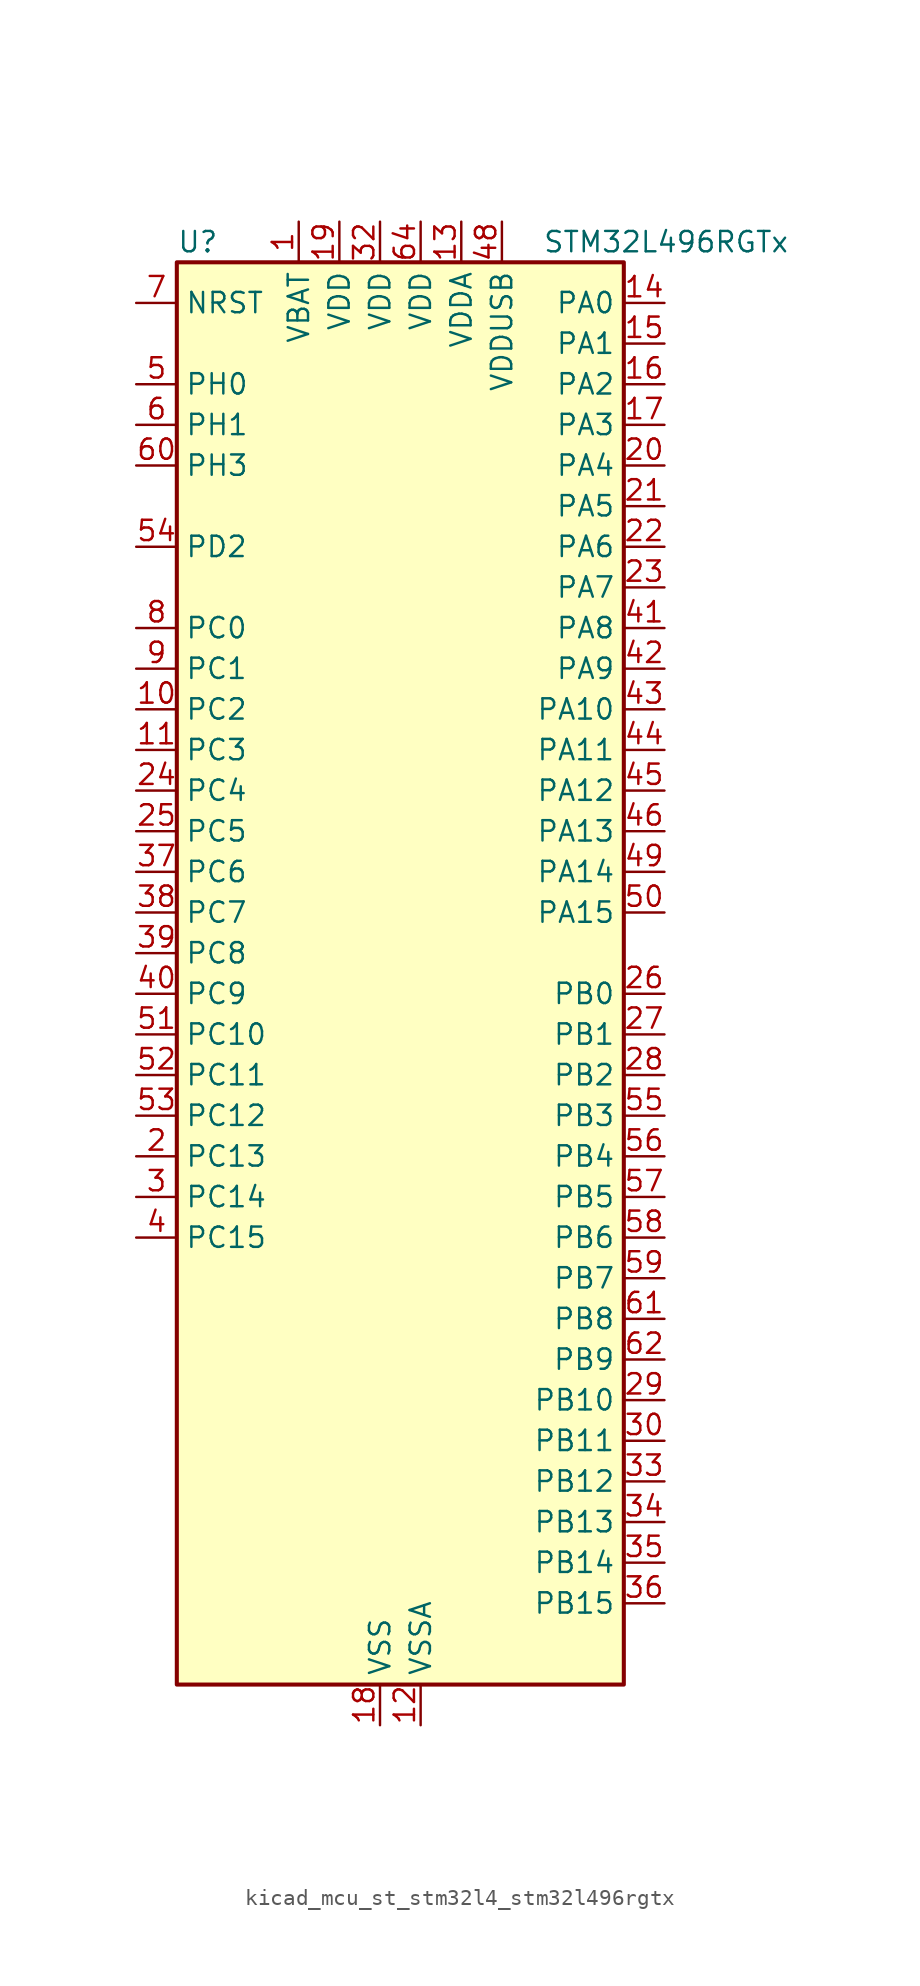
<source format=kicad_sym>
(kicad_symbol_lib
  (version 20220914)
  (generator kicad_symbol_editor)
  (symbol "kicad_mcu_st_stm32l4_stm32l496rgtx"
    (property "Reference" "U"
      (at -12.7 46.99 0)
      (effects (font (size 1.27 1.27)) (justify left)))
    (property "Value" "STM32L496RGTx"
      (at 10.16 46.99 0)
      (effects (font (size 1.27 1.27)) (justify left)))
    (property "ki_locked" ""
      (at 0 0 0)
      (effects (font (size 1.27 1.27))))
    (symbol "kicad_mcu_st_stm32l4_stm32l496rgtx_0_1"
      (rectangle (start -12.7 -43.18) (end 15.24 45.72) (stroke (width 0.254) (type default)) (fill (type background))))
    (symbol "kicad_mcu_st_stm32l4_stm32l496rgtx_1_1"
      (pin power_in line (at -5.08 48.26 270) (length 2.54) (name "VBAT" (effects (font (size 1.27 1.27)))) (number "1" (effects (font (size 1.27 1.27)))))
      (pin bidirectional line (at -15.24 17.78 0) (length 2.54) (name "PC2" (effects (font (size 1.27 1.27)))) (number "10" (effects (font (size 1.27 1.27)))) (alternate "ADC1_IN3" bidirectional line) (alternate "ADC2_IN3" bidirectional line) (alternate "ADC3_IN3" bidirectional line) (alternate "DFSDM1_CKOUT" bidirectional line) (alternate "LCD_SEG20" bidirectional line) (alternate "LPTIM1_IN2" bidirectional line) (alternate "QUADSPI_BK2_IO1" bidirectional line) (alternate "SPI2_MISO" bidirectional line))
      (pin bidirectional line (at -15.24 15.24 0) (length 2.54) (name "PC3" (effects (font (size 1.27 1.27)))) (number "11" (effects (font (size 1.27 1.27)))) (alternate "ADC1_IN4" bidirectional line) (alternate "ADC2_IN4" bidirectional line) (alternate "ADC3_IN4" bidirectional line) (alternate "LCD_VLCD" bidirectional line) (alternate "LPTIM1_ETR" bidirectional line) (alternate "LPTIM2_ETR" bidirectional line) (alternate "QUADSPI_BK2_IO2" bidirectional line) (alternate "SAI1_SD_A" bidirectional line) (alternate "SPI2_MOSI" bidirectional line))
      (pin power_in line (at 2.54 -45.72 90) (length 2.54) (name "VSSA" (effects (font (size 1.27 1.27)))) (number "12" (effects (font (size 1.27 1.27)))))
      (pin power_in line (at 5.08 48.26 270) (length 2.54) (name "VDDA" (effects (font (size 1.27 1.27)))) (number "13" (effects (font (size 1.27 1.27)))))
      (pin bidirectional line (at 17.78 43.18 180) (length 2.54) (name "PA0" (effects (font (size 1.27 1.27)))) (number "14" (effects (font (size 1.27 1.27)))) (alternate "ADC1_IN5" bidirectional line) (alternate "ADC2_IN5" bidirectional line) (alternate "OPAMP1_VINP" bidirectional line) (alternate "RTC_TAMP2" bidirectional line) (alternate "SAI1_EXTCLK" bidirectional line) (alternate "SYS_WKUP1" bidirectional line) (alternate "TIM2_CH1" bidirectional line) (alternate "TIM2_ETR" bidirectional line) (alternate "TIM5_CH1" bidirectional line) (alternate "TIM8_ETR" bidirectional line) (alternate "UART4_TX" bidirectional line) (alternate "USART2_CTS" bidirectional line))
      (pin bidirectional line (at 17.78 40.64 180) (length 2.54) (name "PA1" (effects (font (size 1.27 1.27)))) (number "15" (effects (font (size 1.27 1.27)))) (alternate "ADC1_IN6" bidirectional line) (alternate "ADC2_IN6" bidirectional line) (alternate "I2C1_SMBA" bidirectional line) (alternate "LCD_SEG0" bidirectional line) (alternate "OPAMP1_VINM" bidirectional line) (alternate "SPI1_SCK" bidirectional line) (alternate "TIM15_CH1N" bidirectional line) (alternate "TIM2_CH2" bidirectional line) (alternate "TIM5_CH2" bidirectional line) (alternate "UART4_RX" bidirectional line) (alternate "USART2_DE" bidirectional line) (alternate "USART2_RTS" bidirectional line))
      (pin bidirectional line (at 17.78 38.1 180) (length 2.54) (name "PA2" (effects (font (size 1.27 1.27)))) (number "16" (effects (font (size 1.27 1.27)))) (alternate "ADC1_IN7" bidirectional line) (alternate "ADC2_IN7" bidirectional line) (alternate "LCD_SEG1" bidirectional line) (alternate "LPUART1_TX" bidirectional line) (alternate "QUADSPI_BK1_NCS" bidirectional line) (alternate "RCC_LSCO" bidirectional line) (alternate "SAI2_EXTCLK" bidirectional line) (alternate "SYS_WKUP4" bidirectional line) (alternate "TIM15_CH1" bidirectional line) (alternate "TIM2_CH3" bidirectional line) (alternate "TIM5_CH3" bidirectional line) (alternate "USART2_TX" bidirectional line))
      (pin bidirectional line (at 17.78 35.56 180) (length 2.54) (name "PA3" (effects (font (size 1.27 1.27)))) (number "17" (effects (font (size 1.27 1.27)))) (alternate "ADC1_IN8" bidirectional line) (alternate "ADC2_IN8" bidirectional line) (alternate "LCD_SEG2" bidirectional line) (alternate "LPUART1_RX" bidirectional line) (alternate "OPAMP1_VOUT" bidirectional line) (alternate "QUADSPI_CLK" bidirectional line) (alternate "SAI1_MCLK_A" bidirectional line) (alternate "TIM15_CH2" bidirectional line) (alternate "TIM2_CH4" bidirectional line) (alternate "TIM5_CH4" bidirectional line) (alternate "USART2_RX" bidirectional line))
      (pin power_in line (at 0 -45.72 90) (length 2.54) (name "VSS" (effects (font (size 1.27 1.27)))) (number "18" (effects (font (size 1.27 1.27)))))
      (pin power_in line (at -2.54 48.26 270) (length 2.54) (name "VDD" (effects (font (size 1.27 1.27)))) (number "19" (effects (font (size 1.27 1.27)))))
      (pin bidirectional line (at -15.24 -10.16 0) (length 2.54) (name "PC13" (effects (font (size 1.27 1.27)))) (number "2" (effects (font (size 1.27 1.27)))) (alternate "RTC_OUT_ALARM" bidirectional line) (alternate "RTC_OUT_CALIB" bidirectional line) (alternate "RTC_TAMP1" bidirectional line) (alternate "RTC_TS" bidirectional line) (alternate "SYS_WKUP2" bidirectional line))
      (pin bidirectional line (at 17.78 33.02 180) (length 2.54) (name "PA4" (effects (font (size 1.27 1.27)))) (number "20" (effects (font (size 1.27 1.27)))) (alternate "ADC1_IN9" bidirectional line) (alternate "ADC2_IN9" bidirectional line) (alternate "DAC1_OUT1" bidirectional line) (alternate "DCMI_HSYNC" bidirectional line) (alternate "LPTIM2_OUT" bidirectional line) (alternate "SAI1_FS_B" bidirectional line) (alternate "SPI1_NSS" bidirectional line) (alternate "SPI3_NSS" bidirectional line) (alternate "USART2_CK" bidirectional line))
      (pin bidirectional line (at 17.78 30.48 180) (length 2.54) (name "PA5" (effects (font (size 1.27 1.27)))) (number "21" (effects (font (size 1.27 1.27)))) (alternate "ADC1_IN10" bidirectional line) (alternate "ADC2_IN10" bidirectional line) (alternate "DAC1_OUT2" bidirectional line) (alternate "LPTIM2_ETR" bidirectional line) (alternate "SPI1_SCK" bidirectional line) (alternate "TIM2_CH1" bidirectional line) (alternate "TIM2_ETR" bidirectional line) (alternate "TIM8_CH1N" bidirectional line))
      (pin bidirectional line (at 17.78 27.94 180) (length 2.54) (name "PA6" (effects (font (size 1.27 1.27)))) (number "22" (effects (font (size 1.27 1.27)))) (alternate "ADC1_IN11" bidirectional line) (alternate "ADC2_IN11" bidirectional line) (alternate "DCMI_PIXCLK" bidirectional line) (alternate "LCD_SEG3" bidirectional line) (alternate "LPUART1_CTS" bidirectional line) (alternate "OPAMP2_VINP" bidirectional line) (alternate "QUADSPI_BK1_IO3" bidirectional line) (alternate "SPI1_MISO" bidirectional line) (alternate "TIM16_CH1" bidirectional line) (alternate "TIM1_BKIN" bidirectional line) (alternate "TIM1_BKIN_COMP2" bidirectional line) (alternate "TIM3_CH1" bidirectional line) (alternate "TIM8_BKIN" bidirectional line) (alternate "TIM8_BKIN_COMP2" bidirectional line) (alternate "USART3_CTS" bidirectional line))
      (pin bidirectional line (at 17.78 25.4 180) (length 2.54) (name "PA7" (effects (font (size 1.27 1.27)))) (number "23" (effects (font (size 1.27 1.27)))) (alternate "ADC1_IN12" bidirectional line) (alternate "ADC2_IN12" bidirectional line) (alternate "I2C3_SCL" bidirectional line) (alternate "LCD_SEG4" bidirectional line) (alternate "OPAMP2_VINM" bidirectional line) (alternate "QUADSPI_BK1_IO2" bidirectional line) (alternate "SPI1_MOSI" bidirectional line) (alternate "TIM17_CH1" bidirectional line) (alternate "TIM1_CH1N" bidirectional line) (alternate "TIM3_CH2" bidirectional line) (alternate "TIM8_CH1N" bidirectional line))
      (pin bidirectional line (at -15.24 12.7 0) (length 2.54) (name "PC4" (effects (font (size 1.27 1.27)))) (number "24" (effects (font (size 1.27 1.27)))) (alternate "ADC1_IN13" bidirectional line) (alternate "ADC2_IN13" bidirectional line) (alternate "COMP1_INM" bidirectional line) (alternate "LCD_SEG22" bidirectional line) (alternate "QUADSPI_BK2_IO3" bidirectional line) (alternate "USART3_TX" bidirectional line))
      (pin bidirectional line (at -15.24 10.16 0) (length 2.54) (name "PC5" (effects (font (size 1.27 1.27)))) (number "25" (effects (font (size 1.27 1.27)))) (alternate "ADC1_IN14" bidirectional line) (alternate "ADC2_IN14" bidirectional line) (alternate "COMP1_INP" bidirectional line) (alternate "LCD_SEG23" bidirectional line) (alternate "SYS_WKUP5" bidirectional line) (alternate "USART3_RX" bidirectional line))
      (pin bidirectional line (at 17.78 0 180) (length 2.54) (name "PB0" (effects (font (size 1.27 1.27)))) (number "26" (effects (font (size 1.27 1.27)))) (alternate "ADC1_IN15" bidirectional line) (alternate "ADC2_IN15" bidirectional line) (alternate "COMP1_OUT" bidirectional line) (alternate "LCD_SEG5" bidirectional line) (alternate "OPAMP2_VOUT" bidirectional line) (alternate "QUADSPI_BK1_IO1" bidirectional line) (alternate "SAI1_EXTCLK" bidirectional line) (alternate "SPI1_NSS" bidirectional line) (alternate "TIM1_CH2N" bidirectional line) (alternate "TIM3_CH3" bidirectional line) (alternate "TIM8_CH2N" bidirectional line) (alternate "USART3_CK" bidirectional line))
      (pin bidirectional line (at 17.78 -2.54 180) (length 2.54) (name "PB1" (effects (font (size 1.27 1.27)))) (number "27" (effects (font (size 1.27 1.27)))) (alternate "ADC1_IN16" bidirectional line) (alternate "ADC2_IN16" bidirectional line) (alternate "COMP1_INM" bidirectional line) (alternate "DFSDM1_DATIN0" bidirectional line) (alternate "LCD_SEG6" bidirectional line) (alternate "LPTIM2_IN1" bidirectional line) (alternate "LPUART1_DE" bidirectional line) (alternate "LPUART1_RTS" bidirectional line) (alternate "QUADSPI_BK1_IO0" bidirectional line) (alternate "TIM1_CH3N" bidirectional line) (alternate "TIM3_CH4" bidirectional line) (alternate "TIM8_CH3N" bidirectional line) (alternate "USART3_DE" bidirectional line) (alternate "USART3_RTS" bidirectional line))
      (pin bidirectional line (at 17.78 -5.08 180) (length 2.54) (name "PB2" (effects (font (size 1.27 1.27)))) (number "28" (effects (font (size 1.27 1.27)))) (alternate "COMP1_INP" bidirectional line) (alternate "DFSDM1_CKIN0" bidirectional line) (alternate "I2C3_SMBA" bidirectional line) (alternate "LCD_VLCD" bidirectional line) (alternate "LPTIM1_OUT" bidirectional line) (alternate "RTC_OUT_ALARM" bidirectional line) (alternate "RTC_OUT_CALIB" bidirectional line))
      (pin bidirectional line (at 17.78 -25.4 180) (length 2.54) (name "PB10" (effects (font (size 1.27 1.27)))) (number "29" (effects (font (size 1.27 1.27)))) (alternate "COMP1_OUT" bidirectional line) (alternate "DFSDM1_DATIN7" bidirectional line) (alternate "I2C2_SCL" bidirectional line) (alternate "I2C4_SCL" bidirectional line) (alternate "LCD_SEG10" bidirectional line) (alternate "LPUART1_RX" bidirectional line) (alternate "QUADSPI_CLK" bidirectional line) (alternate "SAI1_SCK_A" bidirectional line) (alternate "SPI2_SCK" bidirectional line) (alternate "TIM2_CH3" bidirectional line) (alternate "TSC_SYNC" bidirectional line) (alternate "USART3_TX" bidirectional line))
      (pin bidirectional line (at -15.24 -12.7 0) (length 2.54) (name "PC14" (effects (font (size 1.27 1.27)))) (number "3" (effects (font (size 1.27 1.27)))) (alternate "RCC_OSC32_IN" bidirectional line))
      (pin bidirectional line (at 17.78 -27.94 180) (length 2.54) (name "PB11" (effects (font (size 1.27 1.27)))) (number "30" (effects (font (size 1.27 1.27)))) (alternate "ADC1_EXTI11" bidirectional line) (alternate "ADC2_EXTI11" bidirectional line) (alternate "ADC3_EXTI11" bidirectional line) (alternate "COMP2_OUT" bidirectional line) (alternate "DFSDM1_CKIN7" bidirectional line) (alternate "I2C2_SDA" bidirectional line) (alternate "I2C4_SDA" bidirectional line) (alternate "LCD_SEG11" bidirectional line) (alternate "LPUART1_TX" bidirectional line) (alternate "QUADSPI_BK1_NCS" bidirectional line) (alternate "TIM2_CH4" bidirectional line) (alternate "USART3_RX" bidirectional line))
      (pin passive line (at 0 -45.72 90) (length 2.54) hide (name "VSS" (effects (font (size 1.27 1.27)))) (number "31" (effects (font (size 1.27 1.27)))))
      (pin power_in line (at 0 48.26 270) (length 2.54) (name "VDD" (effects (font (size 1.27 1.27)))) (number "32" (effects (font (size 1.27 1.27)))))
      (pin bidirectional line (at 17.78 -30.48 180) (length 2.54) (name "PB12" (effects (font (size 1.27 1.27)))) (number "33" (effects (font (size 1.27 1.27)))) (alternate "CAN2_RX" bidirectional line) (alternate "DFSDM1_DATIN1" bidirectional line) (alternate "I2C2_SMBA" bidirectional line) (alternate "LCD_SEG12" bidirectional line) (alternate "LPUART1_DE" bidirectional line) (alternate "LPUART1_RTS" bidirectional line) (alternate "SAI2_FS_A" bidirectional line) (alternate "SPI2_NSS" bidirectional line) (alternate "SWPMI1_IO" bidirectional line) (alternate "TIM15_BKIN" bidirectional line) (alternate "TIM1_BKIN" bidirectional line) (alternate "TIM1_BKIN_COMP2" bidirectional line) (alternate "TSC_G1_IO1" bidirectional line) (alternate "USART3_CK" bidirectional line))
      (pin bidirectional line (at 17.78 -33.02 180) (length 2.54) (name "PB13" (effects (font (size 1.27 1.27)))) (number "34" (effects (font (size 1.27 1.27)))) (alternate "CAN2_TX" bidirectional line) (alternate "DFSDM1_CKIN1" bidirectional line) (alternate "I2C2_SCL" bidirectional line) (alternate "LCD_SEG13" bidirectional line) (alternate "LPUART1_CTS" bidirectional line) (alternate "SAI2_SCK_A" bidirectional line) (alternate "SPI2_SCK" bidirectional line) (alternate "SWPMI1_TX" bidirectional line) (alternate "TIM15_CH1N" bidirectional line) (alternate "TIM1_CH1N" bidirectional line) (alternate "TSC_G1_IO2" bidirectional line) (alternate "USART3_CTS" bidirectional line))
      (pin bidirectional line (at 17.78 -35.56 180) (length 2.54) (name "PB14" (effects (font (size 1.27 1.27)))) (number "35" (effects (font (size 1.27 1.27)))) (alternate "DFSDM1_DATIN2" bidirectional line) (alternate "I2C2_SDA" bidirectional line) (alternate "LCD_SEG14" bidirectional line) (alternate "SAI2_MCLK_A" bidirectional line) (alternate "SPI2_MISO" bidirectional line) (alternate "SWPMI1_RX" bidirectional line) (alternate "TIM15_CH1" bidirectional line) (alternate "TIM1_CH2N" bidirectional line) (alternate "TIM8_CH2N" bidirectional line) (alternate "TSC_G1_IO3" bidirectional line) (alternate "USART3_DE" bidirectional line) (alternate "USART3_RTS" bidirectional line))
      (pin bidirectional line (at 17.78 -38.1 180) (length 2.54) (name "PB15" (effects (font (size 1.27 1.27)))) (number "36" (effects (font (size 1.27 1.27)))) (alternate "ADC1_EXTI15" bidirectional line) (alternate "ADC2_EXTI15" bidirectional line) (alternate "ADC3_EXTI15" bidirectional line) (alternate "DFSDM1_CKIN2" bidirectional line) (alternate "LCD_SEG15" bidirectional line) (alternate "RTC_REFIN" bidirectional line) (alternate "SAI2_SD_A" bidirectional line) (alternate "SPI2_MOSI" bidirectional line) (alternate "SWPMI1_SUSPEND" bidirectional line) (alternate "TIM15_CH2" bidirectional line) (alternate "TIM1_CH3N" bidirectional line) (alternate "TIM8_CH3N" bidirectional line) (alternate "TSC_G1_IO4" bidirectional line))
      (pin bidirectional line (at -15.24 7.62 0) (length 2.54) (name "PC6" (effects (font (size 1.27 1.27)))) (number "37" (effects (font (size 1.27 1.27)))) (alternate "DCMI_D0" bidirectional line) (alternate "DFSDM1_CKIN3" bidirectional line) (alternate "LCD_SEG24" bidirectional line) (alternate "SAI2_MCLK_A" bidirectional line) (alternate "SDMMC1_D6" bidirectional line) (alternate "TIM3_CH1" bidirectional line) (alternate "TIM8_CH1" bidirectional line) (alternate "TSC_G4_IO1" bidirectional line))
      (pin bidirectional line (at -15.24 5.08 0) (length 2.54) (name "PC7" (effects (font (size 1.27 1.27)))) (number "38" (effects (font (size 1.27 1.27)))) (alternate "DCMI_D1" bidirectional line) (alternate "DFSDM1_DATIN3" bidirectional line) (alternate "LCD_SEG25" bidirectional line) (alternate "SAI2_MCLK_B" bidirectional line) (alternate "SDMMC1_D7" bidirectional line) (alternate "TIM3_CH2" bidirectional line) (alternate "TIM8_CH2" bidirectional line) (alternate "TSC_G4_IO2" bidirectional line))
      (pin bidirectional line (at -15.24 2.54 0) (length 2.54) (name "PC8" (effects (font (size 1.27 1.27)))) (number "39" (effects (font (size 1.27 1.27)))) (alternate "DCMI_D2" bidirectional line) (alternate "LCD_SEG26" bidirectional line) (alternate "SDMMC1_D0" bidirectional line) (alternate "TIM3_CH3" bidirectional line) (alternate "TIM8_CH3" bidirectional line) (alternate "TSC_G4_IO3" bidirectional line))
      (pin bidirectional line (at -15.24 -15.24 0) (length 2.54) (name "PC15" (effects (font (size 1.27 1.27)))) (number "4" (effects (font (size 1.27 1.27)))) (alternate "ADC1_EXTI15" bidirectional line) (alternate "ADC2_EXTI15" bidirectional line) (alternate "ADC3_EXTI15" bidirectional line) (alternate "RCC_OSC32_OUT" bidirectional line))
      (pin bidirectional line (at -15.24 0 0) (length 2.54) (name "PC9" (effects (font (size 1.27 1.27)))) (number "40" (effects (font (size 1.27 1.27)))) (alternate "DAC1_EXTI9" bidirectional line) (alternate "DCMI_D3" bidirectional line) (alternate "I2C3_SDA" bidirectional line) (alternate "LCD_SEG27" bidirectional line) (alternate "SAI2_EXTCLK" bidirectional line) (alternate "SDMMC1_D1" bidirectional line) (alternate "TIM3_CH4" bidirectional line) (alternate "TIM8_BKIN2" bidirectional line) (alternate "TIM8_BKIN2_COMP1" bidirectional line) (alternate "TIM8_CH4" bidirectional line) (alternate "TSC_G4_IO4" bidirectional line) (alternate "USB_OTG_FS_NOE" bidirectional line))
      (pin bidirectional line (at 17.78 22.86 180) (length 2.54) (name "PA8" (effects (font (size 1.27 1.27)))) (number "41" (effects (font (size 1.27 1.27)))) (alternate "LCD_COM0" bidirectional line) (alternate "LPTIM2_OUT" bidirectional line) (alternate "RCC_MCO" bidirectional line) (alternate "SAI1_SCK_A" bidirectional line) (alternate "SWPMI1_IO" bidirectional line) (alternate "TIM1_CH1" bidirectional line) (alternate "USART1_CK" bidirectional line) (alternate "USB_OTG_FS_SOF" bidirectional line))
      (pin bidirectional line (at 17.78 20.32 180) (length 2.54) (name "PA9" (effects (font (size 1.27 1.27)))) (number "42" (effects (font (size 1.27 1.27)))) (alternate "DAC1_EXTI9" bidirectional line) (alternate "DCMI_D0" bidirectional line) (alternate "LCD_COM1" bidirectional line) (alternate "SAI1_FS_A" bidirectional line) (alternate "SPI2_SCK" bidirectional line) (alternate "TIM15_BKIN" bidirectional line) (alternate "TIM1_CH2" bidirectional line) (alternate "USART1_TX" bidirectional line) (alternate "USB_OTG_FS_VBUS" bidirectional line))
      (pin bidirectional line (at 17.78 17.78 180) (length 2.54) (name "PA10" (effects (font (size 1.27 1.27)))) (number "43" (effects (font (size 1.27 1.27)))) (alternate "DCMI_D1" bidirectional line) (alternate "LCD_COM2" bidirectional line) (alternate "SAI1_SD_A" bidirectional line) (alternate "TIM17_BKIN" bidirectional line) (alternate "TIM1_CH3" bidirectional line) (alternate "USART1_RX" bidirectional line) (alternate "USB_OTG_FS_ID" bidirectional line))
      (pin bidirectional line (at 17.78 15.24 180) (length 2.54) (name "PA11" (effects (font (size 1.27 1.27)))) (number "44" (effects (font (size 1.27 1.27)))) (alternate "ADC1_EXTI11" bidirectional line) (alternate "ADC2_EXTI11" bidirectional line) (alternate "ADC3_EXTI11" bidirectional line) (alternate "CAN1_RX" bidirectional line) (alternate "SPI1_MISO" bidirectional line) (alternate "TIM1_BKIN2" bidirectional line) (alternate "TIM1_BKIN2_COMP1" bidirectional line) (alternate "TIM1_CH4" bidirectional line) (alternate "USART1_CTS" bidirectional line) (alternate "USB_OTG_FS_DM" bidirectional line))
      (pin bidirectional line (at 17.78 12.7 180) (length 2.54) (name "PA12" (effects (font (size 1.27 1.27)))) (number "45" (effects (font (size 1.27 1.27)))) (alternate "CAN1_TX" bidirectional line) (alternate "SPI1_MOSI" bidirectional line) (alternate "TIM1_ETR" bidirectional line) (alternate "USART1_DE" bidirectional line) (alternate "USART1_RTS" bidirectional line) (alternate "USB_OTG_FS_DP" bidirectional line))
      (pin bidirectional line (at 17.78 10.16 180) (length 2.54) (name "PA13" (effects (font (size 1.27 1.27)))) (number "46" (effects (font (size 1.27 1.27)))) (alternate "IR_OUT" bidirectional line) (alternate "SAI1_SD_B" bidirectional line) (alternate "SWPMI1_TX" bidirectional line) (alternate "SYS_JTMS-SWDIO" bidirectional line) (alternate "USB_OTG_FS_NOE" bidirectional line))
      (pin passive line (at 0 -45.72 90) (length 2.54) hide (name "VSS" (effects (font (size 1.27 1.27)))) (number "47" (effects (font (size 1.27 1.27)))))
      (pin power_in line (at 7.62 48.26 270) (length 2.54) (name "VDDUSB" (effects (font (size 1.27 1.27)))) (number "48" (effects (font (size 1.27 1.27)))))
      (pin bidirectional line (at 17.78 7.62 180) (length 2.54) (name "PA14" (effects (font (size 1.27 1.27)))) (number "49" (effects (font (size 1.27 1.27)))) (alternate "I2C1_SMBA" bidirectional line) (alternate "I2C4_SMBA" bidirectional line) (alternate "LPTIM1_OUT" bidirectional line) (alternate "SAI1_FS_B" bidirectional line) (alternate "SWPMI1_RX" bidirectional line) (alternate "SYS_JTCK-SWCLK" bidirectional line) (alternate "USB_OTG_FS_SOF" bidirectional line))
      (pin bidirectional line (at -15.24 38.1 0) (length 2.54) (name "PH0" (effects (font (size 1.27 1.27)))) (number "5" (effects (font (size 1.27 1.27)))) (alternate "RCC_OSC_IN" bidirectional line))
      (pin bidirectional line (at 17.78 5.08 180) (length 2.54) (name "PA15" (effects (font (size 1.27 1.27)))) (number "50" (effects (font (size 1.27 1.27)))) (alternate "ADC1_EXTI15" bidirectional line) (alternate "ADC2_EXTI15" bidirectional line) (alternate "ADC3_EXTI15" bidirectional line) (alternate "LCD_SEG17" bidirectional line) (alternate "SAI2_FS_B" bidirectional line) (alternate "SPI1_NSS" bidirectional line) (alternate "SPI3_NSS" bidirectional line) (alternate "SWPMI1_SUSPEND" bidirectional line) (alternate "SYS_JTDI" bidirectional line) (alternate "TIM2_CH1" bidirectional line) (alternate "TIM2_ETR" bidirectional line) (alternate "TSC_G3_IO1" bidirectional line) (alternate "UART4_DE" bidirectional line) (alternate "UART4_RTS" bidirectional line) (alternate "USART2_RX" bidirectional line) (alternate "USART3_DE" bidirectional line) (alternate "USART3_RTS" bidirectional line))
      (pin bidirectional line (at -15.24 -2.54 0) (length 2.54) (name "PC10" (effects (font (size 1.27 1.27)))) (number "51" (effects (font (size 1.27 1.27)))) (alternate "DCMI_D8" bidirectional line) (alternate "LCD_COM4" bidirectional line) (alternate "LCD_SEG28" bidirectional line) (alternate "LCD_SEG40" bidirectional line) (alternate "SAI2_SCK_B" bidirectional line) (alternate "SDMMC1_D2" bidirectional line) (alternate "SPI3_SCK" bidirectional line) (alternate "SYS_TRACED1" bidirectional line) (alternate "TSC_G3_IO2" bidirectional line) (alternate "UART4_TX" bidirectional line) (alternate "USART3_TX" bidirectional line))
      (pin bidirectional line (at -15.24 -5.08 0) (length 2.54) (name "PC11" (effects (font (size 1.27 1.27)))) (number "52" (effects (font (size 1.27 1.27)))) (alternate "ADC1_EXTI11" bidirectional line) (alternate "ADC2_EXTI11" bidirectional line) (alternate "ADC3_EXTI11" bidirectional line) (alternate "DCMI_D4" bidirectional line) (alternate "LCD_COM5" bidirectional line) (alternate "LCD_SEG29" bidirectional line) (alternate "LCD_SEG41" bidirectional line) (alternate "QUADSPI_BK2_NCS" bidirectional line) (alternate "SAI2_MCLK_B" bidirectional line) (alternate "SDMMC1_D3" bidirectional line) (alternate "SPI3_MISO" bidirectional line) (alternate "TSC_G3_IO3" bidirectional line) (alternate "UART4_RX" bidirectional line) (alternate "USART3_RX" bidirectional line))
      (pin bidirectional line (at -15.24 -7.62 0) (length 2.54) (name "PC12" (effects (font (size 1.27 1.27)))) (number "53" (effects (font (size 1.27 1.27)))) (alternate "DCMI_D9" bidirectional line) (alternate "LCD_COM6" bidirectional line) (alternate "LCD_SEG30" bidirectional line) (alternate "LCD_SEG42" bidirectional line) (alternate "SAI2_SD_B" bidirectional line) (alternate "SDMMC1_CK" bidirectional line) (alternate "SPI3_MOSI" bidirectional line) (alternate "SYS_TRACED3" bidirectional line) (alternate "TSC_G3_IO4" bidirectional line) (alternate "UART5_TX" bidirectional line) (alternate "USART3_CK" bidirectional line))
      (pin bidirectional line (at -15.24 27.94 0) (length 2.54) (name "PD2" (effects (font (size 1.27 1.27)))) (number "54" (effects (font (size 1.27 1.27)))) (alternate "DCMI_D11" bidirectional line) (alternate "LCD_COM7" bidirectional line) (alternate "LCD_SEG31" bidirectional line) (alternate "LCD_SEG43" bidirectional line) (alternate "SDMMC1_CMD" bidirectional line) (alternate "SYS_TRACED2" bidirectional line) (alternate "TIM3_ETR" bidirectional line) (alternate "TSC_SYNC" bidirectional line) (alternate "UART5_RX" bidirectional line) (alternate "USART3_DE" bidirectional line) (alternate "USART3_RTS" bidirectional line))
      (pin bidirectional line (at 17.78 -7.62 180) (length 2.54) (name "PB3" (effects (font (size 1.27 1.27)))) (number "55" (effects (font (size 1.27 1.27)))) (alternate "COMP2_INM" bidirectional line) (alternate "CRS_SYNC" bidirectional line) (alternate "LCD_SEG7" bidirectional line) (alternate "SAI1_SCK_B" bidirectional line) (alternate "SPI1_SCK" bidirectional line) (alternate "SPI3_SCK" bidirectional line) (alternate "SYS_JTDO-SWO" bidirectional line) (alternate "TIM2_CH2" bidirectional line) (alternate "USART1_DE" bidirectional line) (alternate "USART1_RTS" bidirectional line))
      (pin bidirectional line (at 17.78 -10.16 180) (length 2.54) (name "PB4" (effects (font (size 1.27 1.27)))) (number "56" (effects (font (size 1.27 1.27)))) (alternate "COMP2_INP" bidirectional line) (alternate "DCMI_D12" bidirectional line) (alternate "I2C3_SDA" bidirectional line) (alternate "LCD_SEG8" bidirectional line) (alternate "SAI1_MCLK_B" bidirectional line) (alternate "SPI1_MISO" bidirectional line) (alternate "SPI3_MISO" bidirectional line) (alternate "SYS_JTRST" bidirectional line) (alternate "TIM17_BKIN" bidirectional line) (alternate "TIM3_CH1" bidirectional line) (alternate "TSC_G2_IO1" bidirectional line) (alternate "UART5_DE" bidirectional line) (alternate "UART5_RTS" bidirectional line) (alternate "USART1_CTS" bidirectional line))
      (pin bidirectional line (at 17.78 -12.7 180) (length 2.54) (name "PB5" (effects (font (size 1.27 1.27)))) (number "57" (effects (font (size 1.27 1.27)))) (alternate "CAN2_RX" bidirectional line) (alternate "COMP2_OUT" bidirectional line) (alternate "DCMI_D10" bidirectional line) (alternate "I2C1_SMBA" bidirectional line) (alternate "LCD_SEG9" bidirectional line) (alternate "LPTIM1_IN1" bidirectional line) (alternate "SAI1_SD_B" bidirectional line) (alternate "SPI1_MOSI" bidirectional line) (alternate "SPI3_MOSI" bidirectional line) (alternate "TIM16_BKIN" bidirectional line) (alternate "TIM3_CH2" bidirectional line) (alternate "TSC_G2_IO2" bidirectional line) (alternate "UART5_CTS" bidirectional line) (alternate "USART1_CK" bidirectional line))
      (pin bidirectional line (at 17.78 -15.24 180) (length 2.54) (name "PB6" (effects (font (size 1.27 1.27)))) (number "58" (effects (font (size 1.27 1.27)))) (alternate "CAN2_TX" bidirectional line) (alternate "COMP2_INP" bidirectional line) (alternate "DCMI_D5" bidirectional line) (alternate "DFSDM1_DATIN5" bidirectional line) (alternate "I2C1_SCL" bidirectional line) (alternate "I2C4_SCL" bidirectional line) (alternate "LPTIM1_ETR" bidirectional line) (alternate "SAI1_FS_B" bidirectional line) (alternate "TIM16_CH1N" bidirectional line) (alternate "TIM4_CH1" bidirectional line) (alternate "TIM8_BKIN2" bidirectional line) (alternate "TIM8_BKIN2_COMP2" bidirectional line) (alternate "TSC_G2_IO3" bidirectional line) (alternate "USART1_TX" bidirectional line))
      (pin bidirectional line (at 17.78 -17.78 180) (length 2.54) (name "PB7" (effects (font (size 1.27 1.27)))) (number "59" (effects (font (size 1.27 1.27)))) (alternate "COMP2_INM" bidirectional line) (alternate "DCMI_VSYNC" bidirectional line) (alternate "DFSDM1_CKIN5" bidirectional line) (alternate "I2C1_SDA" bidirectional line) (alternate "I2C4_SDA" bidirectional line) (alternate "LCD_SEG21" bidirectional line) (alternate "LPTIM1_IN2" bidirectional line) (alternate "SYS_PVD_IN" bidirectional line) (alternate "TIM17_CH1N" bidirectional line) (alternate "TIM4_CH2" bidirectional line) (alternate "TIM8_BKIN" bidirectional line) (alternate "TIM8_BKIN_COMP1" bidirectional line) (alternate "TSC_G2_IO4" bidirectional line) (alternate "UART4_CTS" bidirectional line) (alternate "USART1_RX" bidirectional line))
      (pin bidirectional line (at -15.24 35.56 0) (length 2.54) (name "PH1" (effects (font (size 1.27 1.27)))) (number "6" (effects (font (size 1.27 1.27)))) (alternate "RCC_OSC_OUT" bidirectional line))
      (pin bidirectional line (at -15.24 33.02 0) (length 2.54) (name "PH3" (effects (font (size 1.27 1.27)))) (number "60" (effects (font (size 1.27 1.27)))))
      (pin bidirectional line (at 17.78 -20.32 180) (length 2.54) (name "PB8" (effects (font (size 1.27 1.27)))) (number "61" (effects (font (size 1.27 1.27)))) (alternate "CAN1_RX" bidirectional line) (alternate "DCMI_D6" bidirectional line) (alternate "DFSDM1_DATIN6" bidirectional line) (alternate "I2C1_SCL" bidirectional line) (alternate "LCD_SEG16" bidirectional line) (alternate "SAI1_MCLK_A" bidirectional line) (alternate "SDMMC1_D4" bidirectional line) (alternate "TIM16_CH1" bidirectional line) (alternate "TIM4_CH3" bidirectional line))
      (pin bidirectional line (at 17.78 -22.86 180) (length 2.54) (name "PB9" (effects (font (size 1.27 1.27)))) (number "62" (effects (font (size 1.27 1.27)))) (alternate "CAN1_TX" bidirectional line) (alternate "DAC1_EXTI9" bidirectional line) (alternate "DCMI_D7" bidirectional line) (alternate "DFSDM1_CKIN6" bidirectional line) (alternate "I2C1_SDA" bidirectional line) (alternate "IR_OUT" bidirectional line) (alternate "LCD_COM3" bidirectional line) (alternate "SAI1_FS_A" bidirectional line) (alternate "SDMMC1_D5" bidirectional line) (alternate "SPI2_NSS" bidirectional line) (alternate "TIM17_CH1" bidirectional line) (alternate "TIM4_CH4" bidirectional line))
      (pin passive line (at 0 -45.72 90) (length 2.54) hide (name "VSS" (effects (font (size 1.27 1.27)))) (number "63" (effects (font (size 1.27 1.27)))))
      (pin power_in line (at 2.54 48.26 270) (length 2.54) (name "VDD" (effects (font (size 1.27 1.27)))) (number "64" (effects (font (size 1.27 1.27)))))
      (pin input line (at -15.24 43.18 0) (length 2.54) (name "NRST" (effects (font (size 1.27 1.27)))) (number "7" (effects (font (size 1.27 1.27)))))
      (pin bidirectional line (at -15.24 22.86 0) (length 2.54) (name "PC0" (effects (font (size 1.27 1.27)))) (number "8" (effects (font (size 1.27 1.27)))) (alternate "ADC1_IN1" bidirectional line) (alternate "ADC2_IN1" bidirectional line) (alternate "ADC3_IN1" bidirectional line) (alternate "DFSDM1_DATIN4" bidirectional line) (alternate "I2C3_SCL" bidirectional line) (alternate "I2C4_SCL" bidirectional line) (alternate "LCD_SEG18" bidirectional line) (alternate "LPTIM1_IN1" bidirectional line) (alternate "LPTIM2_IN1" bidirectional line) (alternate "LPUART1_RX" bidirectional line))
      (pin bidirectional line (at -15.24 20.32 0) (length 2.54) (name "PC1" (effects (font (size 1.27 1.27)))) (number "9" (effects (font (size 1.27 1.27)))) (alternate "ADC1_IN2" bidirectional line) (alternate "ADC2_IN2" bidirectional line) (alternate "ADC3_IN2" bidirectional line) (alternate "DFSDM1_CKIN4" bidirectional line) (alternate "I2C3_SDA" bidirectional line) (alternate "I2C4_SDA" bidirectional line) (alternate "LCD_SEG19" bidirectional line) (alternate "LPTIM1_OUT" bidirectional line) (alternate "LPUART1_TX" bidirectional line) (alternate "QUADSPI_BK2_IO0" bidirectional line) (alternate "SAI1_SD_A" bidirectional line) (alternate "SPI2_MOSI" bidirectional line) (alternate "SYS_TRACED0" bidirectional line)))))
</source>
